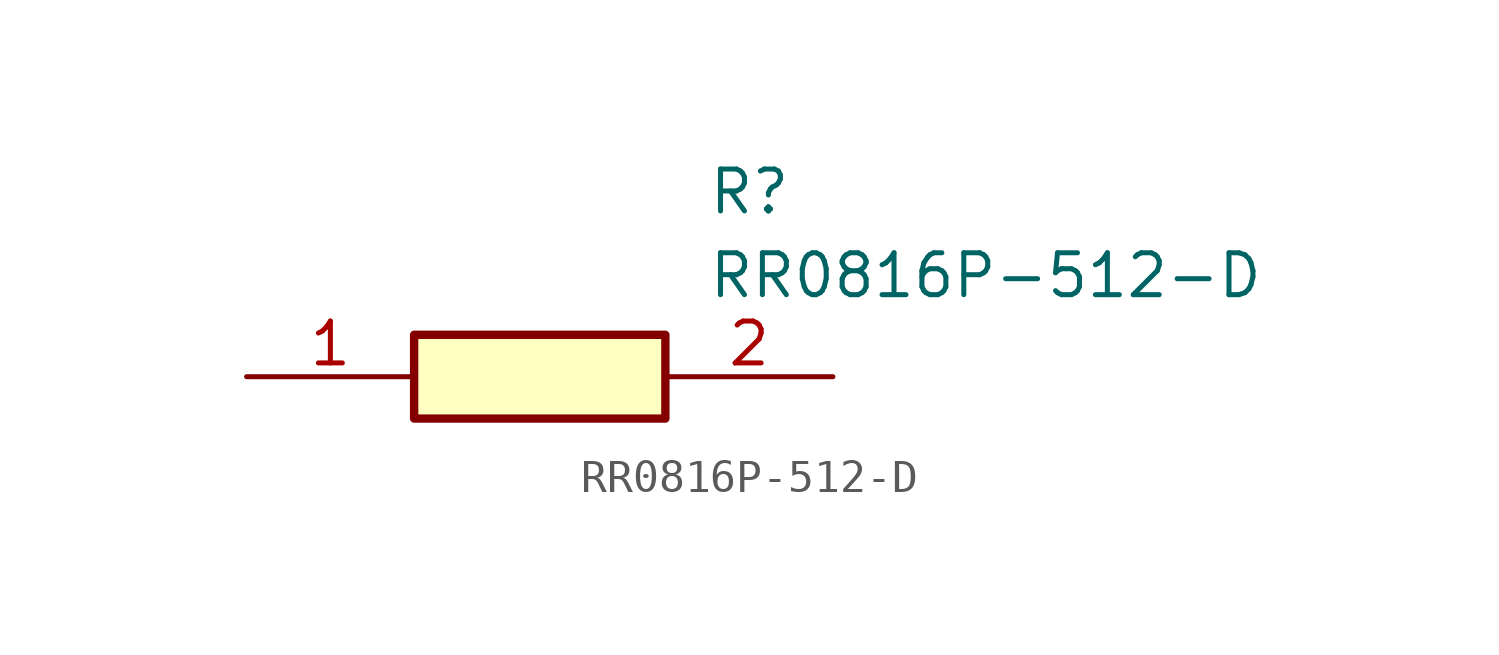
<source format=kicad_sym>
(kicad_symbol_lib
  (version 20211014)
  (generator SamacSys_ECAD_Model)
  (symbol "RR0816P-512-D"
    (pin_names hide)
    (property "Reference" "R"
      (at 13.97 6.35 0)
      (effects (font (size 1.27 1.27)) (justify left top)))
    (property "Value" "RR0816P-512-D"
      (at 13.97 3.81 0)
      (effects (font (size 1.27 1.27)) (justify left top)))
    (rectangle
      (start 5.08 1.27)
      (end 12.7 -1.27)
      (stroke (width 0.254) (type default))
      (fill (type background)))
    (pin passive line
      (at 0 0 0)
      (length 5.08)
      (name "R1" (effects (font (size 1.27 1.27))))
      (number "1" (effects (font (size 1.27 1.27)))))
    (pin passive line
      (at 17.78 0 180)
      (length 5.08)
      (name "R2" (effects (font (size 1.27 1.27))))
      (number "2" (effects (font (size 1.27 1.27)))))))
</source>
